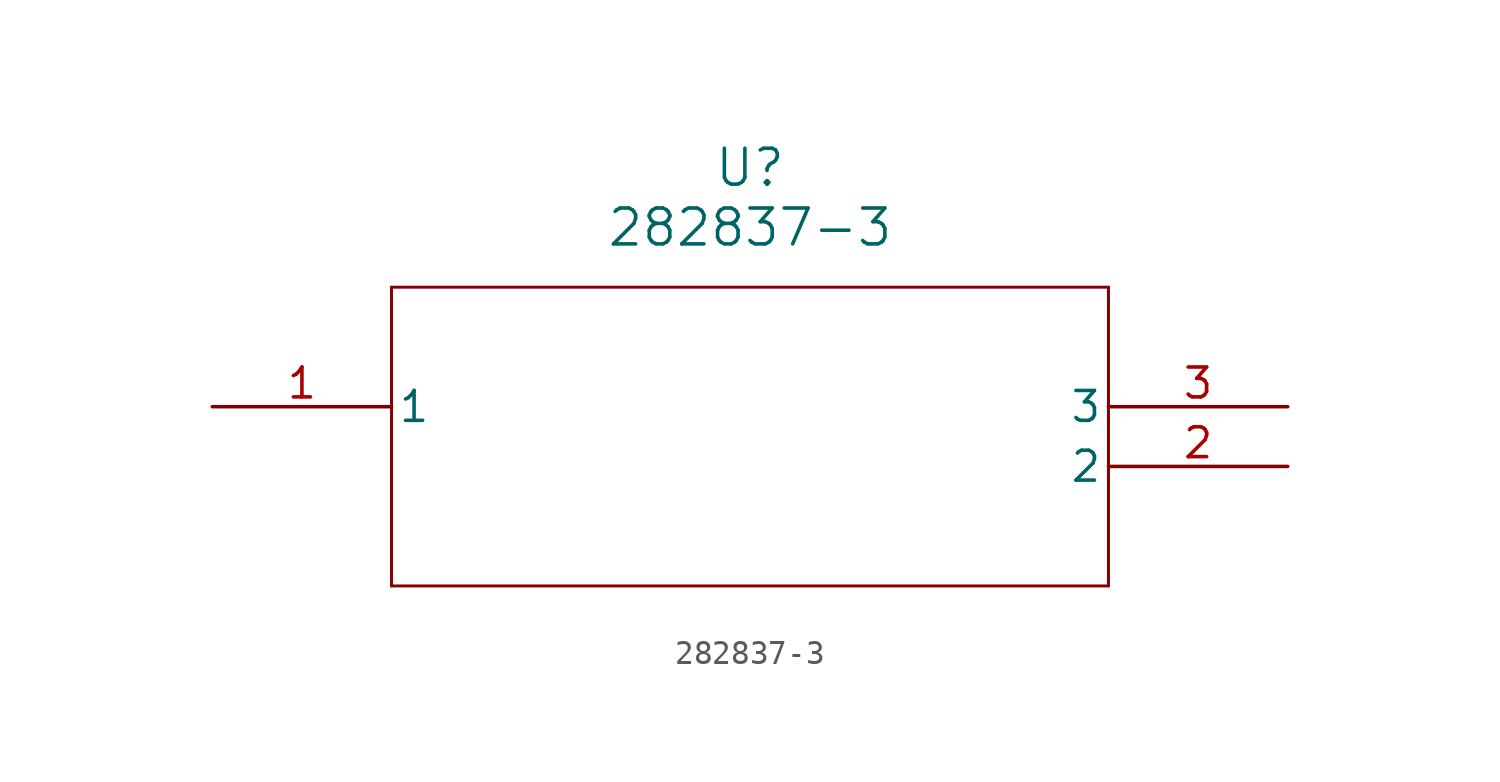
<source format=kicad_sym>
(kicad_symbol_lib
  (version 20211014)
  (generator kicad_symbol_editor)
  (symbol "282837-3"
    (pin_names
      (offset 0.254))
    (property "Reference" "U"
      (at 22.86 10.16 0)
      (effects (font (size 1.524 1.524))))
    (property "Value" "282837-3"
      (at 22.86 7.62 0)
      (effects (font (size 1.524 1.524))))
    (symbol "282837-3_0_1"
      (polyline (pts (xy 7.62 5.08) (xy 7.62 -7.62)) (stroke (width 0.127) (type default) (color 0 0 0 0)) (fill (type none)))
      (polyline (pts (xy 7.62 -7.62) (xy 38.1 -7.62)) (stroke (width 0.127) (type default) (color 0 0 0 0)) (fill (type none)))
      (polyline (pts (xy 38.1 -7.62) (xy 38.1 5.08)) (stroke (width 0.127) (type default) (color 0 0 0 0)) (fill (type none)))
      (polyline (pts (xy 38.1 5.08) (xy 7.62 5.08)) (stroke (width 0.127) (type default) (color 0 0 0 0)) (fill (type none)))
      (pin unspecified line (at 0 0 0) (length 7.62) (name "1" (effects (font (size 1.27 1.27)))) (number "1" (effects (font (size 1.27 1.27)))))
      (pin unspecified line (at 45.72 -2.54 180) (length 7.62) (name "2" (effects (font (size 1.27 1.27)))) (number "2" (effects (font (size 1.27 1.27)))))
      (pin unspecified line (at 45.72 0 180) (length 7.62) (name "3" (effects (font (size 1.27 1.27)))) (number "3" (effects (font (size 1.27 1.27))))))))
</source>
